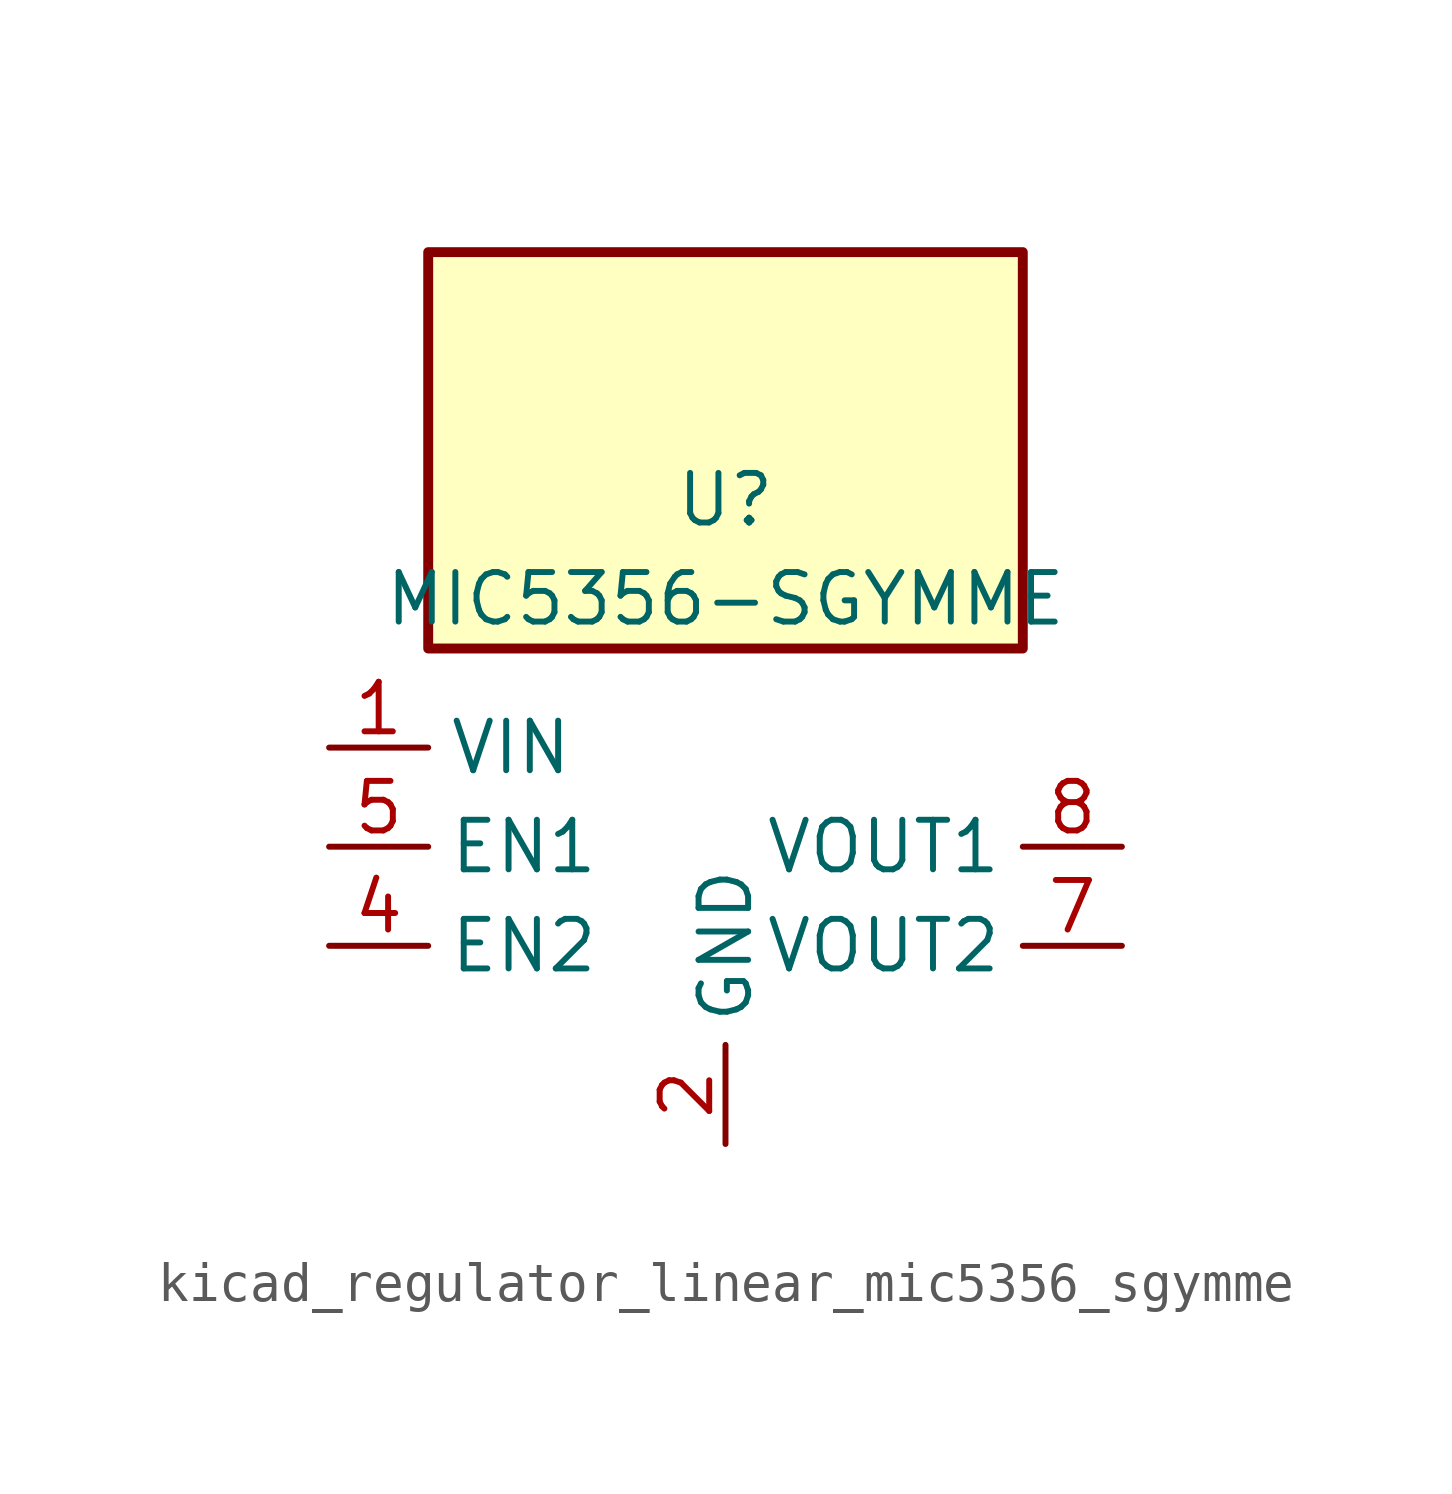
<source format=kicad_sym>
(kicad_symbol_lib
  (version 20220914)
  (generator kicad_symbol_editor)
  (symbol "kicad_regulator_linear_mic5356_sgymme"
    (property "Reference" "U"
      (at 0 8.89 0)
      (effects (font (size 1.27 1.27))))
    (property "Value" "MIC5356-SGYMME"
      (at 0 6.35 0)
      (effects (font (size 1.27 1.27))))
    (symbol "kicad_regulator_linear_mic5356_sgymme_0_1"
      (rectangle (start 7.62 15.24) (end -7.62 5.08) (stroke (width 0.254) (type default)) (fill (type background))))
    (symbol "kicad_regulator_linear_mic5356_sgymme_1_1"
      (pin power_in line (at -10.16 2.54 0) (length 2.54) (name "VIN" (effects (font (size 1.27 1.27)))) (number "1" (effects (font (size 1.27 1.27)))))
      (pin power_in line (at 0 -7.62 90) (length 2.54) (name "GND" (effects (font (size 1.27 1.27)))) (number "2" (effects (font (size 1.27 1.27)))))
      (pin no_connect line (at 0 5.08 270) (length 2.54) hide (name "NC" (effects (font (size 1.27 1.27)))) (number "3" (effects (font (size 1.27 1.27)))))
      (pin input line (at -10.16 -2.54 0) (length 2.54) (name "EN2" (effects (font (size 1.27 1.27)))) (number "4" (effects (font (size 1.27 1.27)))))
      (pin input line (at -10.16 0 0) (length 2.54) (name "EN1" (effects (font (size 1.27 1.27)))) (number "5" (effects (font (size 1.27 1.27)))))
      (pin no_connect line (at 7.62 2.54 180) (length 2.54) hide (name "NC" (effects (font (size 1.27 1.27)))) (number "6" (effects (font (size 1.27 1.27)))))
      (pin power_out line (at 10.16 -2.54 180) (length 2.54) (name "VOUT2" (effects (font (size 1.27 1.27)))) (number "7" (effects (font (size 1.27 1.27)))))
      (pin power_out line (at 10.16 0 180) (length 2.54) (name "VOUT1" (effects (font (size 1.27 1.27)))) (number "8" (effects (font (size 1.27 1.27)))))
      (pin passive line (at 0 -7.62 90) (length 2.54) hide (name "GND" (effects (font (size 1.27 1.27)))) (number "9" (effects (font (size 1.27 1.27))))))))
</source>
